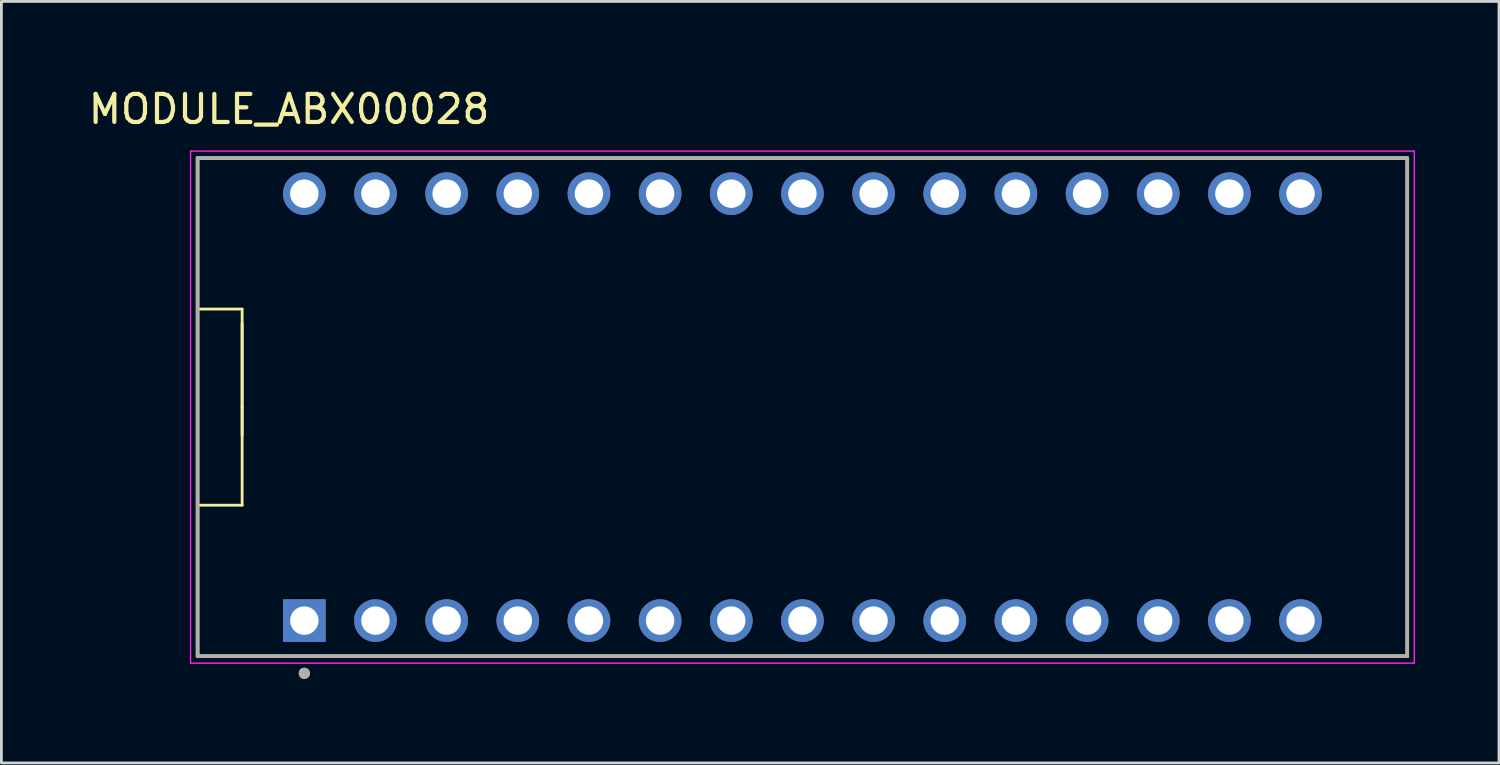
<source format=kicad_pcb>
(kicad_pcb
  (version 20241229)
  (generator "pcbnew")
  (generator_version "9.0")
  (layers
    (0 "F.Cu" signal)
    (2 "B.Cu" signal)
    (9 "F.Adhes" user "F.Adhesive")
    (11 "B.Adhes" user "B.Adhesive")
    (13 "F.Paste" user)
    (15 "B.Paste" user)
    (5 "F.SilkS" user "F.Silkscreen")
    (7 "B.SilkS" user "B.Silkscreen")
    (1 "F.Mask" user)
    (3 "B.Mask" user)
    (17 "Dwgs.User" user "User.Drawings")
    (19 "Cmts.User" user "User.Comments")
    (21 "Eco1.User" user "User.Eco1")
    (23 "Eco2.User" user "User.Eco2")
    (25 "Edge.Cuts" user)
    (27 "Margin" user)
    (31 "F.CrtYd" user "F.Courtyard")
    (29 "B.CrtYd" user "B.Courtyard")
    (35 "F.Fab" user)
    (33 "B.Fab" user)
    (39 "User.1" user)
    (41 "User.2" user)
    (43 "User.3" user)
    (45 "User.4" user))
  (footprint "MODULE_ABX00028"
    (layer "F.Cu")
    (at 25.593 11.483)
    (property "Reference" "MODULE_ABX00028" (at -18.325 -10.635 0) (layer "F.SilkS") (effects (font (size 1 1) (thickness 0.15))))
    (attr through_hole)
    (fp_line (start -21.59 -8.89) (end -21.59 8.89) (stroke (width 0.127) (type solid)) (layer "F.SilkS"))
    (fp_line (start -21.59 8.89) (end 21.59 8.89) (stroke (width 0.127) (type solid)) (layer "F.SilkS"))
    (fp_line (start -20 -3.5) (end -21.5 -3.5) (stroke (width 0.1) (type default)) (layer "F.SilkS"))
    (fp_line (start -20 -3) (end -20 1) (stroke (width 0.1) (type default)) (layer "F.SilkS"))
    (fp_line (start -20 0) (end -20 -3.5) (stroke (width 0.1) (type default)) (layer "F.SilkS"))
    (fp_line (start -20 0) (end -20 3.5) (stroke (width 0.1) (type default)) (layer "F.SilkS"))
    (fp_line (start -20 3.5) (end -21.5 3.5) (stroke (width 0.1) (type default)) (layer "F.SilkS"))
    (fp_line (start 21.59 -8.89) (end -21.59 -8.89) (stroke (width 0.127) (type solid)) (layer "F.SilkS"))
    (fp_line (start 21.59 8.89) (end 21.59 -8.89) (stroke (width 0.127) (type solid)) (layer "F.SilkS"))
    (fp_circle (center -17.78 9.5) (end -17.68 9.5) (stroke (width 0.2) (type solid)) (fill no) (layer "F.SilkS"))
    (fp_line (start -21.84 -9.14) (end -21.84 9.14) (stroke (width 0.05) (type solid)) (layer "F.CrtYd"))
    (fp_line (start -21.84 9.14) (end 21.84 9.14) (stroke (width 0.05) (type solid)) (layer "F.CrtYd"))
    (fp_line (start 21.84 -9.14) (end -21.84 -9.14) (stroke (width 0.05) (type solid)) (layer "F.CrtYd"))
    (fp_line (start 21.84 9.14) (end 21.84 -9.14) (stroke (width 0.05) (type solid)) (layer "F.CrtYd"))
    (fp_line (start -21.59 -8.89) (end -21.59 8.89) (stroke (width 0.127) (type solid)) (layer "F.Fab"))
    (fp_line (start -21.59 8.89) (end 21.59 8.89) (stroke (width 0.127) (type solid)) (layer "F.Fab"))
    (fp_line (start 21.59 -8.89) (end -21.59 -8.89) (stroke (width 0.127) (type solid)) (layer "F.Fab"))
    (fp_line (start 21.59 8.89) (end 21.59 -8.89) (stroke (width 0.127) (type solid)) (layer "F.Fab"))
    (fp_circle (center -17.78 9.5) (end -17.68 9.5) (stroke (width 0.2) (type solid)) (fill no) (layer "F.Fab"))
    (pad "1" thru_hole rect (at -17.78 7.62) (size 1.524 1.524) (drill 1.016) (layers "*.Cu" "*.Mask"))
    (pad "2" thru_hole circle (at -15.24 7.62) (size 1.524 1.524) (drill 1.016) (layers "*.Cu" "*.Mask"))
    (pad "3" thru_hole circle (at -12.7 7.62) (size 1.524 1.524) (drill 1.016) (layers "*.Cu" "*.Mask"))
    (pad "4" thru_hole circle (at -10.16 7.62) (size 1.524 1.524) (drill 1.016) (layers "*.Cu" "*.Mask"))
    (pad "5" thru_hole circle (at -7.62 7.62) (size 1.524 1.524) (drill 1.016) (layers "*.Cu" "*.Mask"))
    (pad "6" thru_hole circle (at -5.08 7.62) (size 1.524 1.524) (drill 1.016) (layers "*.Cu" "*.Mask"))
    (pad "7" thru_hole circle (at -2.54 7.62) (size 1.524 1.524) (drill 1.016) (layers "*.Cu" "*.Mask"))
    (pad "8" thru_hole circle (at 0 7.62) (size 1.524 1.524) (drill 1.016) (layers "*.Cu" "*.Mask"))
    (pad "9" thru_hole circle (at 2.54 7.62) (size 1.524 1.524) (drill 1.016) (layers "*.Cu" "*.Mask"))
    (pad "10" thru_hole circle (at 5.08 7.62) (size 1.524 1.524) (drill 1.016) (layers "*.Cu" "*.Mask"))
    (pad "11" thru_hole circle (at 7.62 7.62) (size 1.524 1.524) (drill 1.016) (layers "*.Cu" "*.Mask"))
    (pad "12" thru_hole circle (at 10.16 7.62) (size 1.524 1.524) (drill 1.016) (layers "*.Cu" "*.Mask"))
    (pad "13" thru_hole circle (at 12.7 7.62) (size 1.524 1.524) (drill 1.016) (layers "*.Cu" "*.Mask"))
    (pad "14" thru_hole circle (at 15.24 7.62) (size 1.524 1.524) (drill 1.016) (layers "*.Cu" "*.Mask"))
    (pad "15" thru_hole circle (at 17.78 7.62) (size 1.524 1.524) (drill 1.016) (layers "*.Cu" "*.Mask"))
    (pad "16" thru_hole circle (at 17.78 -7.62) (size 1.524 1.524) (drill 1.016) (layers "*.Cu" "*.Mask"))
    (pad "17" thru_hole circle (at 15.24 -7.62) (size 1.524 1.524) (drill 1.016) (layers "*.Cu" "*.Mask"))
    (pad "18" thru_hole circle (at 12.7 -7.62) (size 1.524 1.524) (drill 1.016) (layers "*.Cu" "*.Mask"))
    (pad "19" thru_hole circle (at 10.16 -7.62) (size 1.524 1.524) (drill 1.016) (layers "*.Cu" "*.Mask"))
    (pad "20" thru_hole circle (at 7.62 -7.62) (size 1.524 1.524) (drill 1.016) (layers "*.Cu" "*.Mask"))
    (pad "21" thru_hole circle (at 5.08 -7.62) (size 1.524 1.524) (drill 1.016) (layers "*.Cu" "*.Mask"))
    (pad "22" thru_hole circle (at 2.54 -7.62) (size 1.524 1.524) (drill 1.016) (layers "*.Cu" "*.Mask"))
    (pad "23" thru_hole circle (at 0 -7.62) (size 1.524 1.524) (drill 1.016) (layers "*.Cu" "*.Mask"))
    (pad "24" thru_hole circle (at -2.54 -7.62) (size 1.524 1.524) (drill 1.016) (layers "*.Cu" "*.Mask"))
    (pad "25" thru_hole circle (at -5.08 -7.62) (size 1.524 1.524) (drill 1.016) (layers "*.Cu" "*.Mask"))
    (pad "26" thru_hole circle (at -7.62 -7.62) (size 1.524 1.524) (drill 1.016) (layers "*.Cu" "*.Mask"))
    (pad "27" thru_hole circle (at -10.16 -7.62) (size 1.524 1.524) (drill 1.016) (layers "*.Cu" "*.Mask"))
    (pad "28" thru_hole circle (at -12.7 -7.62) (size 1.524 1.524) (drill 1.016) (layers "*.Cu" "*.Mask"))
    (pad "29" thru_hole circle (at -15.24 -7.62) (size 1.524 1.524) (drill 1.016) (layers "*.Cu" "*.Mask"))
    (pad "30" thru_hole circle (at -17.78 -7.62) (size 1.524 1.524) (drill 1.016) (layers "*.Cu" "*.Mask")))
  (gr_rect
    (start -3 -3)
    (end 50.458 24.183)
    (stroke (width 0.1) (type default))
    (fill no)
    (layer "Edge.Cuts")))
</source>
